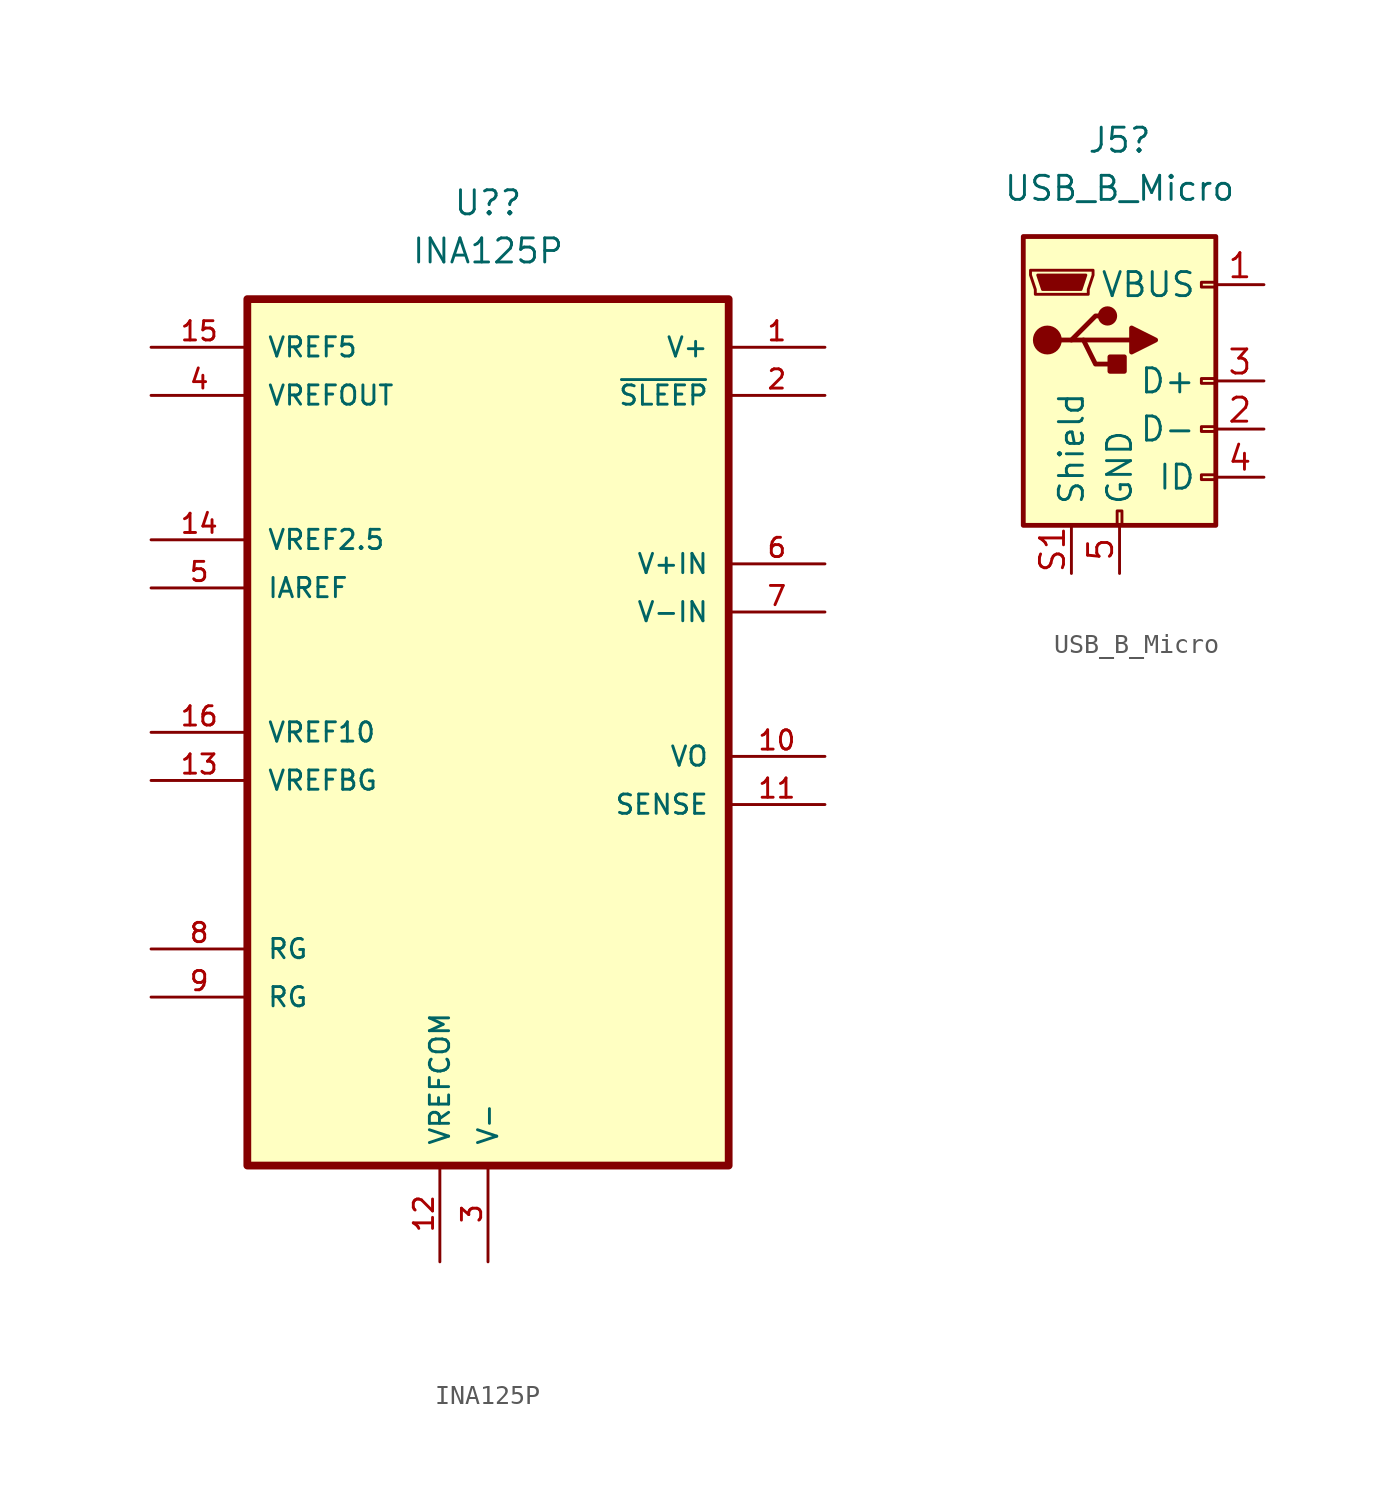
<source format=kicad_sym>
(kicad_symbol_lib
  (version 20211014)
  (generator kicad_symbol_editor)
  (symbol "INA125P"
    (pin_names
      (offset 1.016))
    (property "Reference" "U?"
      (at 0 27.94 0)
      (effects (font (size 1.27 1.27))))
    (property "Value" "INA125P"
      (at 0 25.4 0)
      (effects (font (size 1.27 1.27))))
    (symbol "INA125P_0_0"
      (rectangle (start -12.7 -22.86) (end 12.7 22.86) (stroke (width 0.41) (type default) (color 0 0 0 0)) (fill (type background)))
      (pin power_in line (at 17.78 20.32 180) (length 5.08) (name "V+" (effects (font (size 1.016 1.016)))) (number "1" (effects (font (size 1.016 1.016)))))
      (pin output line (at 17.78 -1.27 180) (length 5.08) (name "VO" (effects (font (size 1.016 1.016)))) (number "10" (effects (font (size 1.016 1.016)))))
      (pin input line (at 17.78 -3.81 180) (length 5.08) (name "SENSE" (effects (font (size 1.016 1.016)))) (number "11" (effects (font (size 1.016 1.016)))))
      (pin power_in line (at -2.54 -27.94 90) (length 5.08) (name "VREFCOM" (effects (font (size 1.016 1.016)))) (number "12" (effects (font (size 1.016 1.016)))))
      (pin bidirectional line (at -17.78 -2.54 0) (length 5.08) (name "VREFBG" (effects (font (size 1.016 1.016)))) (number "13" (effects (font (size 1.016 1.016)))))
      (pin passive line (at -17.78 10.16 0) (length 5.08) (name "VREF2.5" (effects (font (size 1.016 1.016)))) (number "14" (effects (font (size 1.016 1.016)))))
      (pin passive line (at -17.78 20.32 0) (length 5.08) (name "VREF5" (effects (font (size 1.016 1.016)))) (number "15" (effects (font (size 1.016 1.016)))))
      (pin passive line (at -17.78 0 0) (length 5.08) (name "VREF10" (effects (font (size 1.016 1.016)))) (number "16" (effects (font (size 1.016 1.016)))))
      (pin input line (at 17.78 17.78 180) (length 5.08) (name "~{SLEEP}" (effects (font (size 1.016 1.016)))) (number "2" (effects (font (size 1.016 1.016)))))
      (pin power_in line (at 0 -27.94 90) (length 5.08) (name "V-" (effects (font (size 1.016 1.016)))) (number "3" (effects (font (size 1.016 1.016)))))
      (pin power_out line (at -17.78 17.78 0) (length 5.08) (name "VREFOUT" (effects (font (size 1.016 1.016)))) (number "4" (effects (font (size 1.016 1.016)))))
      (pin input line (at -17.78 7.62 0) (length 5.08) (name "IAREF" (effects (font (size 1.016 1.016)))) (number "5" (effects (font (size 1.016 1.016)))))
      (pin input line (at 17.78 8.89 180) (length 5.08) (name "V+IN" (effects (font (size 1.016 1.016)))) (number "6" (effects (font (size 1.016 1.016)))))
      (pin input line (at 17.78 6.35 180) (length 5.08) (name "V-IN" (effects (font (size 1.016 1.016)))) (number "7" (effects (font (size 1.016 1.016)))))
      (pin passive line (at -17.78 -11.43 0) (length 5.08) (name "RG" (effects (font (size 1.016 1.016)))) (number "8" (effects (font (size 1.016 1.016)))))
      (pin passive line (at -17.78 -13.97 0) (length 5.08) (name "RG" (effects (font (size 1.016 1.016)))) (number "9" (effects (font (size 1.016 1.016)))))))
  (symbol "USB_B_Micro"
    (pin_names
      (offset 1.016))
    (property "Reference" "J5"
      (at 0 12.7 0)
      (effects (font (size 1.27 1.27))))
    (property "Value" "USB_B_Micro"
      (at 0 10.16 0)
      (effects (font (size 1.27 1.27))))
    (symbol "USB_B_Micro_0_0"
      (pin passive line (at -2.54 -10.16 90) (length 2.54) hide (name "Shield" (effects (font (size 1.27 1.27)))) (number "S2" (effects (font (size 1.27 1.27)))))
      (pin passive line (at -2.54 -10.16 90) (length 2.54) hide (name "Shield" (effects (font (size 1.27 1.27)))) (number "S3" (effects (font (size 1.27 1.27)))))
      (pin passive line (at -2.54 -10.16 90) (length 2.54) hide (name "Shield" (effects (font (size 1.27 1.27)))) (number "S4" (effects (font (size 1.27 1.27)))))
      (pin passive line (at -2.54 -10.16 90) (length 2.54) hide (name "Shield" (effects (font (size 1.27 1.27)))) (number "S5" (effects (font (size 1.27 1.27)))))
      (pin passive line (at -2.54 -10.16 90) (length 2.54) hide (name "Shield" (effects (font (size 1.27 1.27)))) (number "S6" (effects (font (size 1.27 1.27))))))
    (symbol "USB_B_Micro_0_1"
      (rectangle (start -5.08 -7.62) (end 5.08 7.62) (stroke (width 0.254) (type default) (color 0 0 0 0)) (fill (type background)))
      (circle (center -3.81 2.159) (radius 0.635) (stroke (width 0.254) (type default) (color 0 0 0 0)) (fill (type outline)))
      (circle (center -0.635 3.429) (radius 0.381) (stroke (width 0.254) (type default) (color 0 0 0 0)) (fill (type outline)))
      (rectangle (start -0.127 -7.62) (end 0.127 -6.858) (stroke (width 0) (type default) (color 0 0 0 0)) (fill (type none)))
      (polyline (pts (xy -1.905 2.159) (xy 0.635 2.159)) (stroke (width 0.254) (type default) (color 0 0 0 0)) (fill (type none)))
      (polyline (pts (xy -3.175 2.159) (xy -2.54 2.159) (xy -1.27 3.429) (xy -0.635 3.429)) (stroke (width 0.254) (type default) (color 0 0 0 0)) (fill (type none)))
      (polyline (pts (xy -2.54 2.159) (xy -1.905 2.159) (xy -1.27 0.889) (xy 0 0.889)) (stroke (width 0.254) (type default) (color 0 0 0 0)) (fill (type none)))
      (polyline (pts (xy 0.635 2.794) (xy 0.635 1.524) (xy 1.905 2.159) (xy 0.635 2.794)) (stroke (width 0.254) (type default) (color 0 0 0 0)) (fill (type outline)))
      (polyline (pts (xy -4.318 5.588) (xy -1.778 5.588) (xy -2.032 4.826) (xy -4.064 4.826) (xy -4.318 5.588)) (stroke (width 0) (type default) (color 0 0 0 0)) (fill (type outline)))
      (polyline (pts (xy -4.699 5.842) (xy -4.699 5.588) (xy -4.445 4.826) (xy -4.445 4.572) (xy -1.651 4.572) (xy -1.651 4.826) (xy -1.397 5.588) (xy -1.397 5.842) (xy -4.699 5.842)) (stroke (width 0) (type default) (color 0 0 0 0)) (fill (type none)))
      (rectangle (start 0.254 1.27) (end -0.508 0.508) (stroke (width 0.254) (type default) (color 0 0 0 0)) (fill (type outline)))
      (rectangle (start 5.08 -5.207) (end 4.318 -4.953) (stroke (width 0) (type default) (color 0 0 0 0)) (fill (type none)))
      (rectangle (start 5.08 -2.667) (end 4.318 -2.413) (stroke (width 0) (type default) (color 0 0 0 0)) (fill (type none)))
      (rectangle (start 5.08 -0.127) (end 4.318 0.127) (stroke (width 0) (type default) (color 0 0 0 0)) (fill (type none)))
      (rectangle (start 5.08 4.953) (end 4.318 5.207) (stroke (width 0) (type default) (color 0 0 0 0)) (fill (type none))))
    (symbol "USB_B_Micro_1_1"
      (pin power_out line (at 7.62 5.08 180) (length 2.54) (name "VBUS" (effects (font (size 1.27 1.27)))) (number "1" (effects (font (size 1.27 1.27)))))
      (pin bidirectional line (at 7.62 -2.54 180) (length 2.54) (name "D-" (effects (font (size 1.27 1.27)))) (number "2" (effects (font (size 1.27 1.27)))))
      (pin bidirectional line (at 7.62 0 180) (length 2.54) (name "D+" (effects (font (size 1.27 1.27)))) (number "3" (effects (font (size 1.27 1.27)))))
      (pin passive line (at 7.62 -5.08 180) (length 2.54) (name "ID" (effects (font (size 1.27 1.27)))) (number "4" (effects (font (size 1.27 1.27)))))
      (pin power_out line (at 0 -10.16 90) (length 2.54) (name "GND" (effects (font (size 1.27 1.27)))) (number "5" (effects (font (size 1.27 1.27)))))
      (pin passive line (at -2.54 -10.16 90) (length 2.54) (name "Shield" (effects (font (size 1.27 1.27)))) (number "S1" (effects (font (size 1.27 1.27))))))))
</source>
